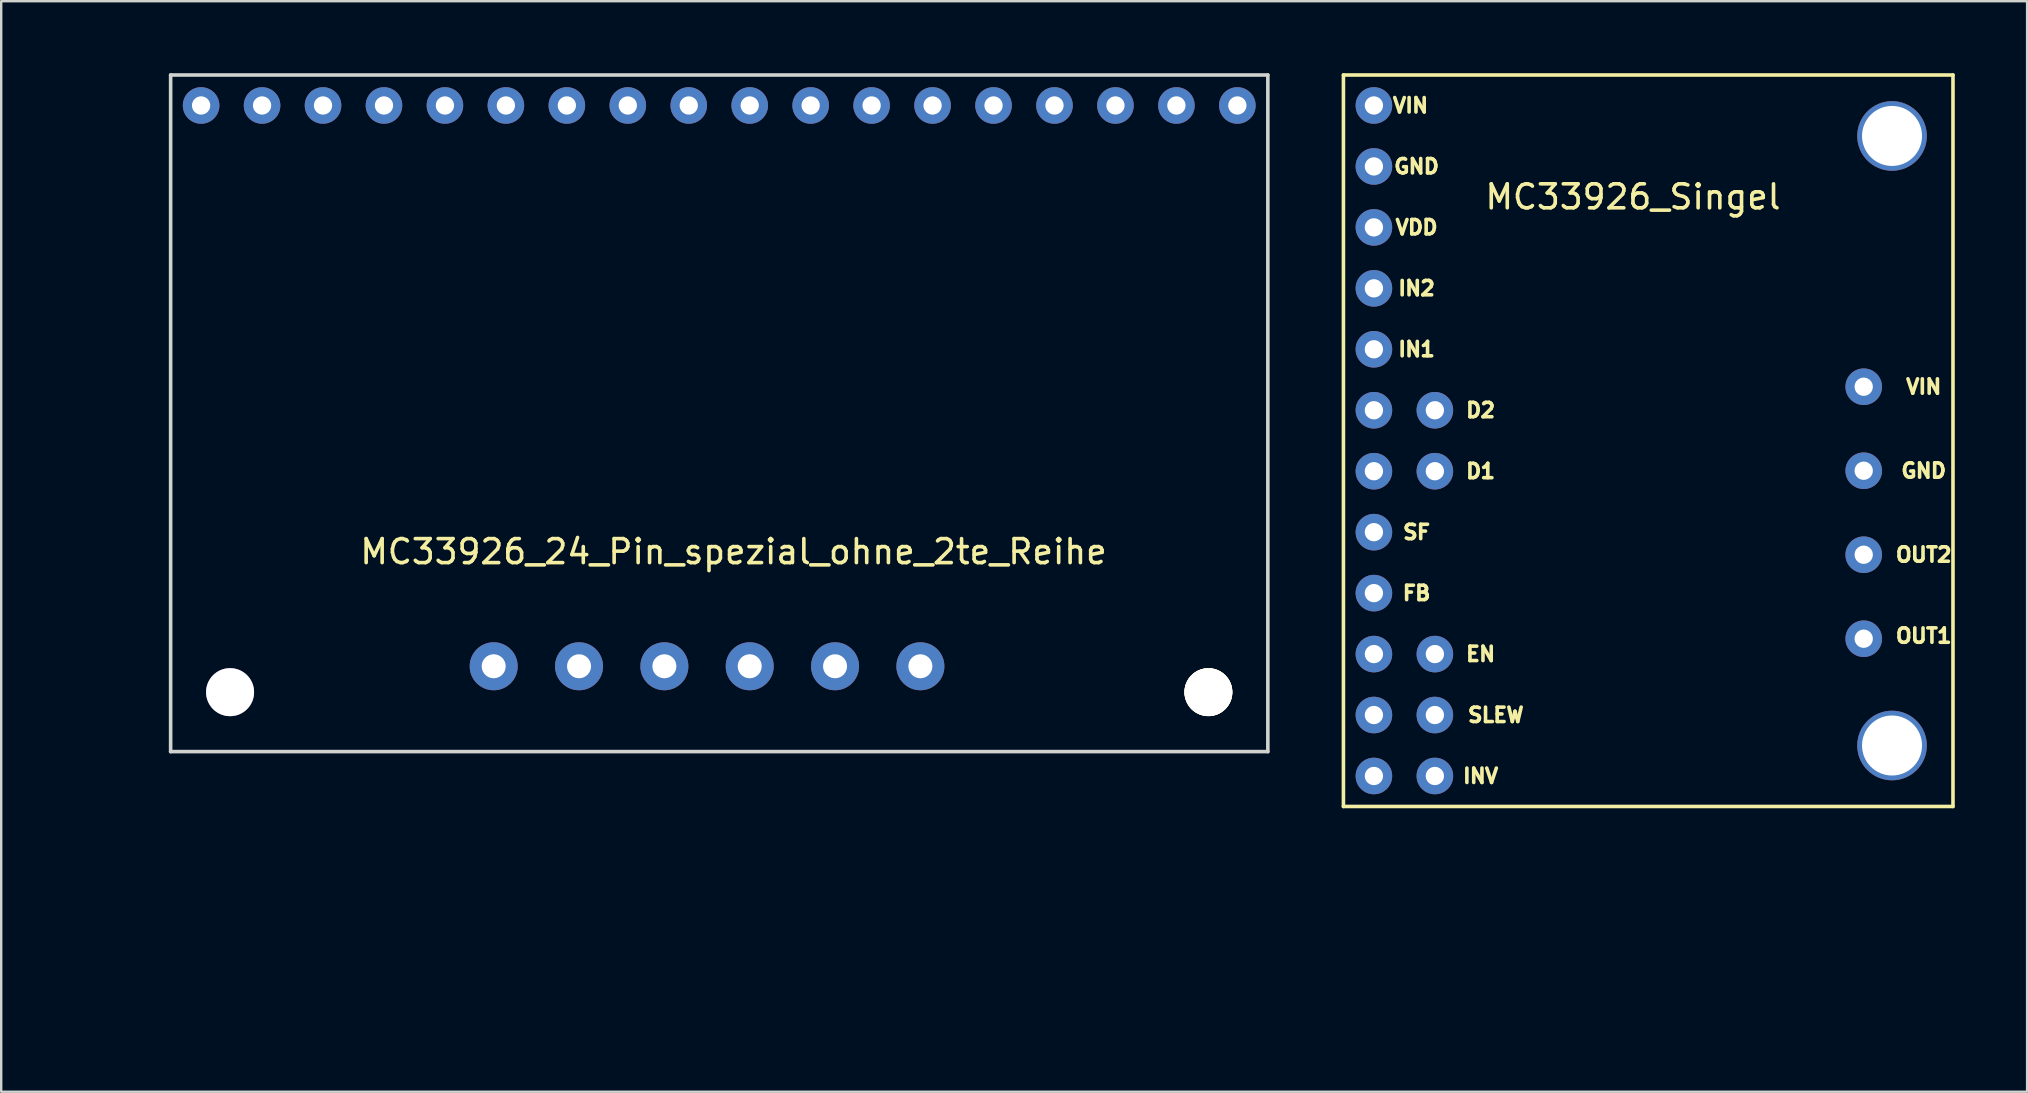
<source format=kicad_pcb>
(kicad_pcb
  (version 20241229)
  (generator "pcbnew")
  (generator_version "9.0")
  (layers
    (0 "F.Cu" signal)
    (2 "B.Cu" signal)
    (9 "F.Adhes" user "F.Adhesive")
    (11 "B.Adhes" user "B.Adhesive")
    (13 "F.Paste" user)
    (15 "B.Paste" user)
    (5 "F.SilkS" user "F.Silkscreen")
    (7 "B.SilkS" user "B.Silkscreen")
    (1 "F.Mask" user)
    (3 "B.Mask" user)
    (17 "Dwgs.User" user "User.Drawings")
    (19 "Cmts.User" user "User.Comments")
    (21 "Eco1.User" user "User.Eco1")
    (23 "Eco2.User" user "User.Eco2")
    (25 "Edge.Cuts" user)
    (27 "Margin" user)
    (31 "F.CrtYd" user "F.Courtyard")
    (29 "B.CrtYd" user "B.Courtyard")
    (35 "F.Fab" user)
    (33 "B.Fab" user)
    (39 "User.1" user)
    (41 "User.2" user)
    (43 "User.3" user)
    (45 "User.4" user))
  (footprint "MC33926_24_Pin_spezial_ohne_2te_Reihe"
    (layer "F.Cu")
    (at 0.25 39.191)
    (property "Reference" "MC33926_24_Pin_spezial_ohne_2te_Reihe" (at 27.267 -19.253 0) (layer "F.SilkS") (effects (font (size 1 1) (thickness 0.15))))
    (attr through_hole)
    (fp_circle (center 47.053 -13.399) (end 47.816 -13.906) (stroke (width 0.15) (type solid)) (fill no) (layer "F.SilkS"))
    (fp_circle (center 47.053 -13.399) (end 47.816 -13.906) (stroke (width 0.15) (type solid)) (fill no) (layer "F.SilkS"))
    (fp_circle (center 47.053 -13.399) (end 47.816 -13.906) (stroke (width 0.15) (type solid)) (fill no) (layer "F.SilkS"))
    (fp_circle (center 47.053 -13.399) (end 47.816 -13.906) (stroke (width 0.15) (type solid)) (fill no) (layer "F.SilkS"))
    (fp_line (start 3.81 -39.116) (end 49.53 -39.116) (stroke (width 0.15) (type solid)) (layer "Edge.Cuts"))
    (fp_line (start 3.81 -10.922) (end 3.81 -39.116) (stroke (width 0.15) (type solid)) (layer "Edge.Cuts"))
    (fp_line (start 49.53 -39.116) (end 49.53 -10.922) (stroke (width 0.15) (type solid)) (layer "Edge.Cuts"))
    (fp_line (start 49.53 -10.922) (end 3.81 -10.922) (stroke (width 0.15) (type solid)) (layer "Edge.Cuts"))
    (pad "" thru_hole circle (at 6.287 -13.399) (size 2 2) (drill 2) (layers "*.Cu" "*.Mask"))
    (pad "" thru_hole circle (at 47.053 -13.399) (size 2 2) (drill 2) (layers "*.Cu" "*.Mask"))
    (pad "1" thru_hole circle (at 5.08 -37.846) (size 1.524 1.524) (drill 0.762) (layers "*.Cu" "*.Mask"))
    (pad "2" thru_hole circle (at 7.62 -37.846) (size 1.524 1.524) (drill 0.762) (layers "*.Cu" "*.Mask"))
    (pad "3" thru_hole circle (at 10.16 -37.846) (size 1.524 1.524) (drill 0.762) (layers "*.Cu" "*.Mask"))
    (pad "4" thru_hole circle (at 12.7 -37.846) (size 1.524 1.524) (drill 0.762) (layers "*.Cu" "*.Mask"))
    (pad "5" thru_hole circle (at 15.24 -37.846) (size 1.524 1.524) (drill 0.762) (layers "*.Cu" "*.Mask"))
    (pad "6" thru_hole circle (at 17.78 -37.846) (size 1.524 1.524) (drill 0.762) (layers "*.Cu" "*.Mask"))
    (pad "7" thru_hole circle (at 20.32 -37.846) (size 1.524 1.524) (drill 0.762) (layers "*.Cu" "*.Mask"))
    (pad "8" thru_hole circle (at 22.86 -37.846) (size 1.524 1.524) (drill 0.762) (layers "*.Cu" "*.Mask"))
    (pad "9" thru_hole circle (at 25.4 -37.846) (size 1.524 1.524) (drill 0.762) (layers "*.Cu" "*.Mask"))
    (pad "10" thru_hole circle (at 27.94 -37.846) (size 1.524 1.524) (drill 0.762) (layers "*.Cu" "*.Mask"))
    (pad "11" thru_hole circle (at 30.48 -37.846) (size 1.524 1.524) (drill 0.762) (layers "*.Cu" "*.Mask"))
    (pad "12" thru_hole circle (at 33.02 -37.846) (size 1.524 1.524) (drill 0.762) (layers "*.Cu" "*.Mask"))
    (pad "13" thru_hole circle (at 35.56 -37.846) (size 1.524 1.524) (drill 0.762) (layers "*.Cu" "*.Mask"))
    (pad "14" thru_hole circle (at 38.1 -37.846) (size 1.524 1.524) (drill 0.762) (layers "*.Cu" "*.Mask"))
    (pad "15" thru_hole circle (at 40.64 -37.846) (size 1.524 1.524) (drill 0.762) (layers "*.Cu" "*.Mask"))
    (pad "16" thru_hole circle (at 43.18 -37.846) (size 1.524 1.524) (drill 0.762) (layers "*.Cu" "*.Mask"))
    (pad "17" thru_hole circle (at 45.72 -37.846) (size 1.524 1.524) (drill 0.762) (layers "*.Cu" "*.Mask"))
    (pad "18" thru_hole circle (at 48.26 -37.846) (size 1.524 1.524) (drill 0.762) (layers "*.Cu" "*.Mask"))
    (pad "19" thru_hole circle (at 17.272 -14.478) (size 2 2) (drill 1) (layers "*.Cu" "*.Mask"))
    (pad "20" thru_hole circle (at 20.828 -14.478) (size 2 2) (drill 1) (layers "*.Cu" "*.Mask"))
    (pad "21" thru_hole circle (at 24.384 -14.478) (size 2 2) (drill 1) (layers "*.Cu" "*.Mask"))
    (pad "22" thru_hole circle (at 27.94 -14.478) (size 2 2) (drill 1) (layers "*.Cu" "*.Mask"))
    (pad "23" thru_hole circle (at 31.496 -14.478) (size 2 2) (drill 1) (layers "*.Cu" "*.Mask"))
    (pad "24" thru_hole circle (at 35.052 -14.478) (size 2 2) (drill 1) (layers "*.Cu" "*.Mask")))
  (footprint "MC33926_Singel"
    (layer "F.Cu")
    (at 65.63 15.315)
    (property "Reference" "MC33926_Singel" (at -0.635 -10.16 0) (layer "F.SilkS") (effects (font (size 1 1) (thickness 0.15))))
    (fp_line (start -12.7 -15.24) (end -12.7 15.24) (stroke (width 0.15) (type solid)) (layer "F.SilkS"))
    (fp_line (start -12.7 -15.24) (end 12.7 -15.24) (stroke (width 0.15) (type solid)) (layer "F.SilkS"))
    (fp_line (start -12.7 15.24) (end 12.7 15.24) (stroke (width 0.15) (type solid)) (layer "F.SilkS"))
    (fp_line (start 12.7 15.24) (end 12.7 -15.24) (stroke (width 0.15) (type solid)) (layer "F.SilkS"))
    (fp_text user "SF" (at -9.652 3.81 0) (layer "F.SilkS") (effects (font (size 0.6 0.6) (thickness 0.15))))
    (fp_text user "IN1" (at -9.652 -3.81 0) (layer "F.SilkS") (effects (font (size 0.6 0.6) (thickness 0.15))))
    (fp_text user "FB" (at -9.652 6.35 0) (layer "F.SilkS") (effects (font (size 0.6 0.6) (thickness 0.15))))
    (fp_text user "GND" (at 11.48 1.25 0) (layer "F.SilkS") (effects (font (size 0.6 0.6) (thickness 0.15))))
    (fp_text user "IN2" (at -9.652 -6.35 0) (layer "F.SilkS") (effects (font (size 0.6 0.6) (thickness 0.15))))
    (fp_text user "OUT1" (at 11.48 8.128 0) (layer "F.SilkS") (effects (font (size 0.6 0.6) (thickness 0.15))))
    (fp_text user "OUT2" (at 11.48 4.75 0) (layer "F.SilkS") (effects (font (size 0.6 0.6) (thickness 0.15))))
    (fp_text user "VIN" (at 11.48 -2.25 0) (layer "F.SilkS") (effects (font (size 0.6 0.6) (thickness 0.15))))
    (fp_text user "D1" (at -6.985 1.27 0) (layer "F.SilkS") (effects (font (size 0.6 0.6) (thickness 0.15))))
    (fp_text user "GND" (at -9.652 -11.43 0) (layer "F.SilkS") (effects (font (size 0.6 0.6) (thickness 0.15))))
    (fp_text user "VDD" (at -9.652 -8.89 0) (layer "F.SilkS") (effects (font (size 0.6 0.6) (thickness 0.15))))
    (fp_text user "SLEW" (at -6.35 11.43 0) (layer "F.SilkS") (effects (font (size 0.6 0.6) (thickness 0.15))))
    (fp_text user "INV" (at -6.985 13.97 0) (layer "F.SilkS") (effects (font (size 0.6 0.6) (thickness 0.15))))
    (fp_text user "VIN" (at -9.906 -13.97 0) (layer "F.SilkS") (effects (font (size 0.6 0.6) (thickness 0.15))))
    (fp_text user "EN" (at -6.985 8.89 0) (layer "F.SilkS") (effects (font (size 0.6 0.6) (thickness 0.15))))
    (fp_text user "D2" (at -6.985 -1.27 0) (layer "F.SilkS") (effects (font (size 0.6 0.6) (thickness 0.15))))
    (pad "" thru_hole circle (at -8.89 -1.27) (size 1.524 1.524) (drill 0.762) (layers "*.Cu" "*.Mask"))
    (pad "" thru_hole circle (at -8.89 1.27) (size 1.524 1.524) (drill 0.762) (layers "*.Cu" "*.Mask"))
    (pad "" thru_hole circle (at -8.89 8.89) (size 1.524 1.524) (drill 0.762) (layers "*.Cu" "*.Mask"))
    (pad "" thru_hole circle (at -8.89 11.43) (size 1.524 1.524) (drill 0.762) (layers "*.Cu" "*.Mask"))
    (pad "" thru_hole circle (at -8.89 13.97) (size 1.524 1.524) (drill 0.762) (layers "*.Cu" "*.Mask"))
    (pad "" thru_hole circle (at 10.16 -12.7) (size 2.9 2.9) (drill 2.5) (layers "*.Cu" "*.Mask"))
    (pad "" thru_hole circle (at 10.16 12.7) (size 2.9 2.9) (drill 2.5) (layers "*.Cu" "*.Mask"))
    (pad "1" thru_hole circle (at -11.43 -13.97) (size 1.524 1.524) (drill 0.762) (layers "*.Cu" "*.Mask"))
    (pad "2" thru_hole circle (at -11.43 -11.43) (size 1.524 1.524) (drill 0.762) (layers "*.Cu" "*.Mask"))
    (pad "3" thru_hole circle (at -11.43 -8.89) (size 1.524 1.524) (drill 0.762) (layers "*.Cu" "*.Mask"))
    (pad "4" thru_hole circle (at -11.43 -6.35) (size 1.524 1.524) (drill 0.762) (layers "*.Cu" "*.Mask"))
    (pad "5" thru_hole circle (at -11.43 -3.81) (size 1.524 1.524) (drill 0.762) (layers "*.Cu" "*.Mask"))
    (pad "6" thru_hole circle (at -11.43 -1.27) (size 1.524 1.524) (drill 0.762) (layers "*.Cu" "*.Mask"))
    (pad "7" thru_hole circle (at -11.43 1.27) (size 1.524 1.524) (drill 0.762) (layers "*.Cu" "*.Mask"))
    (pad "8" thru_hole circle (at -11.43 3.81) (size 1.524 1.524) (drill 0.762) (layers "*.Cu" "*.Mask"))
    (pad "9" thru_hole circle (at -11.43 6.35) (size 1.524 1.524) (drill 0.762) (layers "*.Cu" "*.Mask"))
    (pad "10" thru_hole circle (at -11.43 8.89) (size 1.524 1.524) (drill 0.762) (layers "*.Cu" "*.Mask"))
    (pad "11" thru_hole circle (at -11.43 11.43) (size 1.524 1.524) (drill 0.762) (layers "*.Cu" "*.Mask"))
    (pad "12" thru_hole circle (at -11.43 13.97) (size 1.524 1.524) (drill 0.762) (layers "*.Cu" "*.Mask"))
    (pad "13" thru_hole circle (at 8.98 -2.25) (size 1.524 1.524) (drill 0.762) (layers "*.Cu" "*.Mask"))
    (pad "14" thru_hole circle (at 8.98 1.25) (size 1.524 1.524) (drill 0.762) (layers "*.Cu" "*.Mask"))
    (pad "15" thru_hole circle (at 8.98 4.75) (size 1.524 1.524) (drill 0.762) (layers "*.Cu" "*.Mask"))
    (pad "16" thru_hole circle (at 8.98 8.25) (size 1.524 1.524) (drill 0.762) (layers "*.Cu" "*.Mask")))
  (gr_rect
    (start -3 -3)
    (end 81.418 42.441)
    (stroke (width 0.1) (type default))
    (fill no)
    (layer "Edge.Cuts")))
</source>
